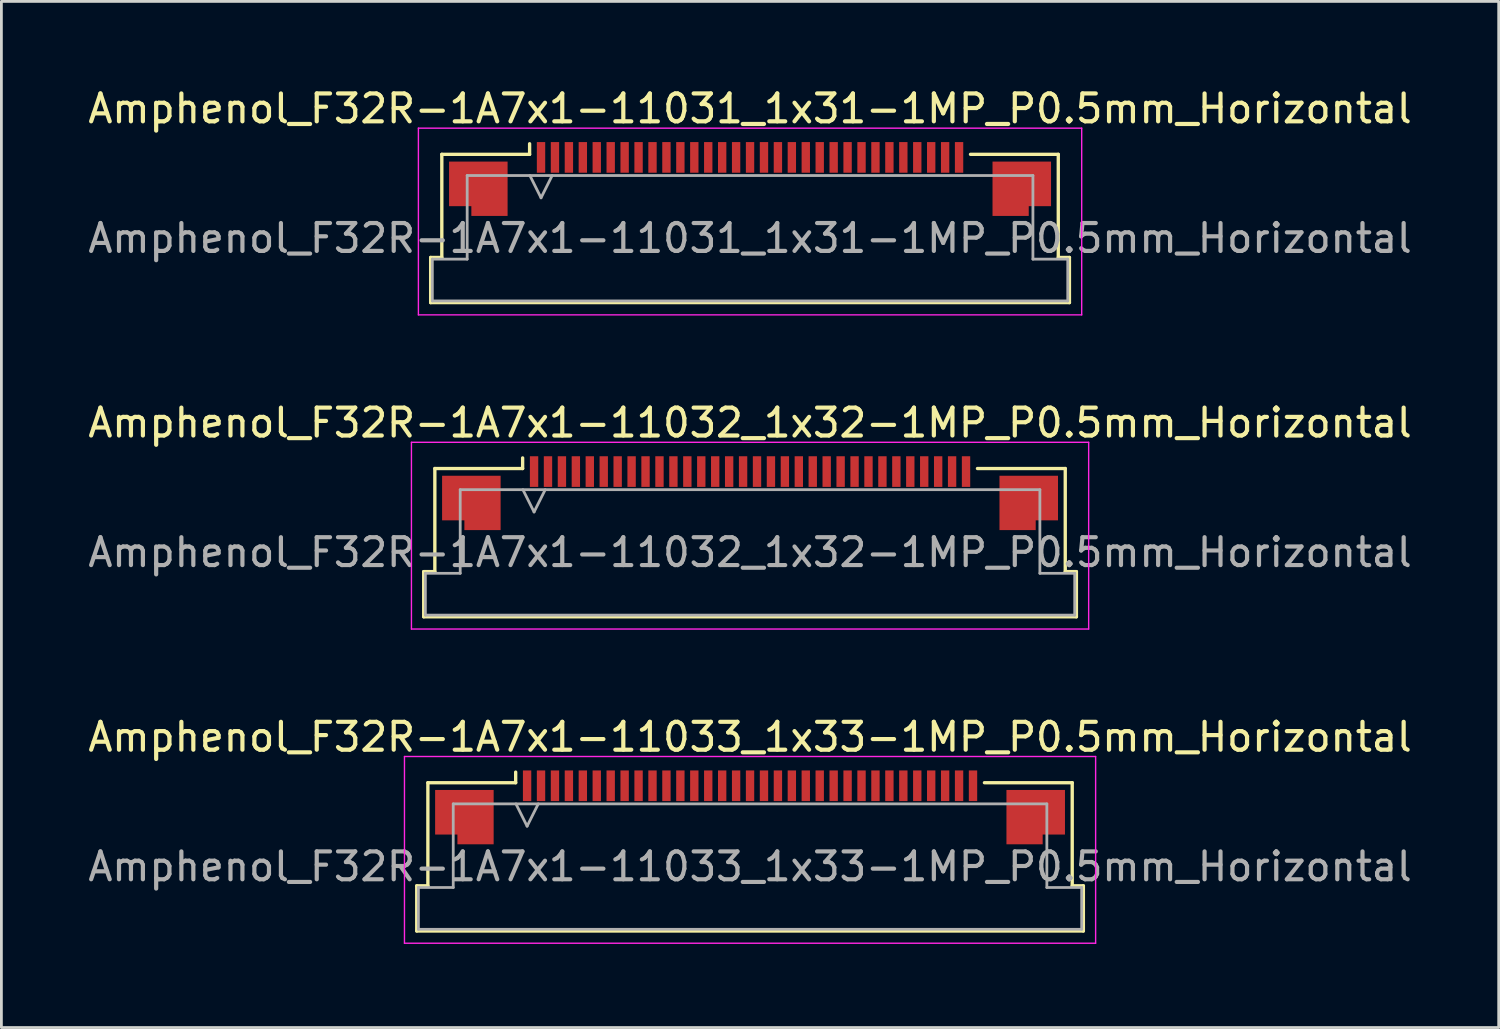
<source format=kicad_pcb>
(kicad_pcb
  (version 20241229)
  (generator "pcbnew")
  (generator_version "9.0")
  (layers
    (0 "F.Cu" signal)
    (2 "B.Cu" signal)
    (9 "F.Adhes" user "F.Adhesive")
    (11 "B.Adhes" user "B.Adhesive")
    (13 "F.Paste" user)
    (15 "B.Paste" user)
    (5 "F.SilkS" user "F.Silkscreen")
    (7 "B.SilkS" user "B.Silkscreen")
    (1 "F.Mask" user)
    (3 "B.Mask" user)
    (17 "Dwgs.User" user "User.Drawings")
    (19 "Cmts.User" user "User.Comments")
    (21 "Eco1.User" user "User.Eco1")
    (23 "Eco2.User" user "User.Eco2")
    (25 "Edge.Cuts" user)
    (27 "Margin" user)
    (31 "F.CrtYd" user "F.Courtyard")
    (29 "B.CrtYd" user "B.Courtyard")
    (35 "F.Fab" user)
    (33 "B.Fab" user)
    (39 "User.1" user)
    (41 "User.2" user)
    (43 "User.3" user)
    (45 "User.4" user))
  (footprint "Amphenol_F32R-1A7x1-11033_1x33-1MP_P0.5mm_Horizontal"
    (layer "F.Cu")
    (at 23.863 28.045)
    (property "Reference" "Amphenol_F32R-1A7x1-11033_1x33-1MP_P0.5mm_Horizontal" (at 0 -4.65 0) (layer "F.SilkS") (effects (font (size 1 1) (thickness 0.15))))
    (attr smd)
    (fp_line (start -11.96 0.69) (end -11.56 0.69) (stroke (width 0.12) (type solid)) (layer "F.SilkS"))
    (fp_line (start -11.96 2.31) (end -11.96 0.69) (stroke (width 0.12) (type solid)) (layer "F.SilkS"))
    (fp_line (start -11.56 -3.01) (end -8.41 -3.01) (stroke (width 0.12) (type solid)) (layer "F.SilkS"))
    (fp_line (start -11.56 0.69) (end -11.56 -3.01) (stroke (width 0.12) (type solid)) (layer "F.SilkS"))
    (fp_line (start -8.41 -3.01) (end -8.41 -3.39) (stroke (width 0.12) (type solid)) (layer "F.SilkS"))
    (fp_line (start 8.41 -3.01) (end 11.56 -3.01) (stroke (width 0.12) (type solid)) (layer "F.SilkS"))
    (fp_line (start 11.56 -3.01) (end 11.56 0.69) (stroke (width 0.12) (type solid)) (layer "F.SilkS"))
    (fp_line (start 11.56 0.69) (end 11.96 0.69) (stroke (width 0.12) (type solid)) (layer "F.SilkS"))
    (fp_line (start 11.96 0.69) (end 11.96 2.31) (stroke (width 0.12) (type solid)) (layer "F.SilkS"))
    (fp_line (start 11.96 2.31) (end -11.96 2.31) (stroke (width 0.12) (type solid)) (layer "F.SilkS"))
    (fp_line (start -12.4 -3.95) (end -12.4 2.75) (stroke (width 0.05) (type solid)) (layer "F.CrtYd"))
    (fp_line (start -12.4 2.75) (end 12.4 2.75) (stroke (width 0.05) (type solid)) (layer "F.CrtYd"))
    (fp_line (start 12.4 -3.95) (end -12.4 -3.95) (stroke (width 0.05) (type solid)) (layer "F.CrtYd"))
    (fp_line (start 12.4 2.75) (end 12.4 -3.95) (stroke (width 0.05) (type solid)) (layer "F.CrtYd"))
    (fp_line (start -11.9 0.75) (end -10.65 0.75) (stroke (width 0.1) (type solid)) (layer "F.Fab"))
    (fp_line (start -11.9 2.25) (end -11.9 0.75) (stroke (width 0.1) (type solid)) (layer "F.Fab"))
    (fp_line (start -10.65 -2.25) (end 10.65 -2.25) (stroke (width 0.1) (type solid)) (layer "F.Fab"))
    (fp_line (start -10.65 0.75) (end -10.65 -2.25) (stroke (width 0.1) (type solid)) (layer "F.Fab"))
    (fp_line (start -8.4 -2.25) (end -8 -1.45) (stroke (width 0.1) (type solid)) (layer "F.Fab"))
    (fp_line (start -8 -1.45) (end -7.6 -2.25) (stroke (width 0.1) (type solid)) (layer "F.Fab"))
    (fp_line (start 10.65 -2.25) (end 10.65 0.75) (stroke (width 0.1) (type solid)) (layer "F.Fab"))
    (fp_line (start 10.65 0.75) (end 11.9 0.75) (stroke (width 0.1) (type solid)) (layer "F.Fab"))
    (fp_line (start 11.9 0.75) (end 11.9 2.25) (stroke (width 0.1) (type solid)) (layer "F.Fab"))
    (fp_line (start 11.9 2.25) (end -11.9 2.25) (stroke (width 0.1) (type solid)) (layer "F.Fab"))
    (fp_text user "${REFERENCE}" (at 0 0 0) (layer "F.Fab") (effects (font (size 1 1) (thickness 0.15))))
    (pad "1" smd rect (at -8 -2.9) (size 0.3 1.1) (layers "F.Cu" "F.Mask" "F.Paste"))
    (pad "2" smd rect (at -7.5 -2.9) (size 0.3 1.1) (layers "F.Cu" "F.Mask" "F.Paste"))
    (pad "3" smd rect (at -7 -2.9) (size 0.3 1.1) (layers "F.Cu" "F.Mask" "F.Paste"))
    (pad "4" smd rect (at -6.5 -2.9) (size 0.3 1.1) (layers "F.Cu" "F.Mask" "F.Paste"))
    (pad "5" smd rect (at -6 -2.9) (size 0.3 1.1) (layers "F.Cu" "F.Mask" "F.Paste"))
    (pad "6" smd rect (at -5.5 -2.9) (size 0.3 1.1) (layers "F.Cu" "F.Mask" "F.Paste"))
    (pad "7" smd rect (at -5 -2.9) (size 0.3 1.1) (layers "F.Cu" "F.Mask" "F.Paste"))
    (pad "8" smd rect (at -4.5 -2.9) (size 0.3 1.1) (layers "F.Cu" "F.Mask" "F.Paste"))
    (pad "9" smd rect (at -4 -2.9) (size 0.3 1.1) (layers "F.Cu" "F.Mask" "F.Paste"))
    (pad "10" smd rect (at -3.5 -2.9) (size 0.3 1.1) (layers "F.Cu" "F.Mask" "F.Paste"))
    (pad "11" smd rect (at -3 -2.9) (size 0.3 1.1) (layers "F.Cu" "F.Mask" "F.Paste"))
    (pad "12" smd rect (at -2.5 -2.9) (size 0.3 1.1) (layers "F.Cu" "F.Mask" "F.Paste"))
    (pad "13" smd rect (at -2 -2.9) (size 0.3 1.1) (layers "F.Cu" "F.Mask" "F.Paste"))
    (pad "14" smd rect (at -1.5 -2.9) (size 0.3 1.1) (layers "F.Cu" "F.Mask" "F.Paste"))
    (pad "15" smd rect (at -1 -2.9) (size 0.3 1.1) (layers "F.Cu" "F.Mask" "F.Paste"))
    (pad "16" smd rect (at -0.5 -2.9) (size 0.3 1.1) (layers "F.Cu" "F.Mask" "F.Paste"))
    (pad "17" smd rect (at 0 -2.9) (size 0.3 1.1) (layers "F.Cu" "F.Mask" "F.Paste"))
    (pad "18" smd rect (at 0.5 -2.9) (size 0.3 1.1) (layers "F.Cu" "F.Mask" "F.Paste"))
    (pad "19" smd rect (at 1 -2.9) (size 0.3 1.1) (layers "F.Cu" "F.Mask" "F.Paste"))
    (pad "20" smd rect (at 1.5 -2.9) (size 0.3 1.1) (layers "F.Cu" "F.Mask" "F.Paste"))
    (pad "21" smd rect (at 2 -2.9) (size 0.3 1.1) (layers "F.Cu" "F.Mask" "F.Paste"))
    (pad "22" smd rect (at 2.5 -2.9) (size 0.3 1.1) (layers "F.Cu" "F.Mask" "F.Paste"))
    (pad "23" smd rect (at 3 -2.9) (size 0.3 1.1) (layers "F.Cu" "F.Mask" "F.Paste"))
    (pad "24" smd rect (at 3.5 -2.9) (size 0.3 1.1) (layers "F.Cu" "F.Mask" "F.Paste"))
    (pad "25" smd rect (at 4 -2.9) (size 0.3 1.1) (layers "F.Cu" "F.Mask" "F.Paste"))
    (pad "26" smd rect (at 4.5 -2.9) (size 0.3 1.1) (layers "F.Cu" "F.Mask" "F.Paste"))
    (pad "27" smd rect (at 5 -2.9) (size 0.3 1.1) (layers "F.Cu" "F.Mask" "F.Paste"))
    (pad "28" smd rect (at 5.5 -2.9) (size 0.3 1.1) (layers "F.Cu" "F.Mask" "F.Paste"))
    (pad "29" smd rect (at 6 -2.9) (size 0.3 1.1) (layers "F.Cu" "F.Mask" "F.Paste"))
    (pad "30" smd rect (at 6.5 -2.9) (size 0.3 1.1) (layers "F.Cu" "F.Mask" "F.Paste"))
    (pad "31" smd rect (at 7 -2.9) (size 0.3 1.1) (layers "F.Cu" "F.Mask" "F.Paste"))
    (pad "32" smd rect (at 7.5 -2.9) (size 0.3 1.1) (layers "F.Cu" "F.Mask" "F.Paste"))
    (pad "33" smd rect (at 8 -2.9) (size 0.3 1.1) (layers "F.Cu" "F.Mask" "F.Paste"))
    (pad "MP" smd custom (at -10.25 -1.775) (size 1 1) (layers "F.Cu" "F.Mask" "F.Paste") (options (anchor circle)) (primitives (gr_poly (pts (xy 1.05 -0.975) (xy 1.05 0.975) (xy -0.25 0.975) (xy -0.25 0.625) (xy -1.05 0.625) (xy -1.05 -0.975) (xy 1.05 -0.975)) (width 0) (fill yes))))
    (pad "MP" smd custom (at 10.25 -1.775) (size 1 1) (layers "F.Cu" "F.Mask" "F.Paste") (options (anchor circle)) (primitives (gr_poly (pts (xy -1.05 -0.975) (xy -1.05 0.975) (xy 0.25 0.975) (xy 0.25 0.625) (xy 1.05 0.625) (xy 1.05 -0.975) (xy -1.05 -0.975)) (width 0) (fill yes)))))
  (footprint "Amphenol_F32R-1A7x1-11032_1x32-1MP_P0.5mm_Horizontal"
    (layer "F.Cu")
    (at 23.863 16.771)
    (property "Reference" "Amphenol_F32R-1A7x1-11032_1x32-1MP_P0.5mm_Horizontal" (at 0 -4.65 0) (layer "F.SilkS") (effects (font (size 1 1) (thickness 0.15))))
    (attr smd)
    (fp_line (start -11.71 0.69) (end -11.31 0.69) (stroke (width 0.12) (type solid)) (layer "F.SilkS"))
    (fp_line (start -11.71 2.31) (end -11.71 0.69) (stroke (width 0.12) (type solid)) (layer "F.SilkS"))
    (fp_line (start -11.31 -3.01) (end -8.16 -3.01) (stroke (width 0.12) (type solid)) (layer "F.SilkS"))
    (fp_line (start -11.31 0.69) (end -11.31 -3.01) (stroke (width 0.12) (type solid)) (layer "F.SilkS"))
    (fp_line (start -8.16 -3.01) (end -8.16 -3.39) (stroke (width 0.12) (type solid)) (layer "F.SilkS"))
    (fp_line (start 8.16 -3.01) (end 11.31 -3.01) (stroke (width 0.12) (type solid)) (layer "F.SilkS"))
    (fp_line (start 11.31 -3.01) (end 11.31 0.69) (stroke (width 0.12) (type solid)) (layer "F.SilkS"))
    (fp_line (start 11.31 0.69) (end 11.71 0.69) (stroke (width 0.12) (type solid)) (layer "F.SilkS"))
    (fp_line (start 11.71 0.69) (end 11.71 2.31) (stroke (width 0.12) (type solid)) (layer "F.SilkS"))
    (fp_line (start 11.71 2.31) (end -11.71 2.31) (stroke (width 0.12) (type solid)) (layer "F.SilkS"))
    (fp_line (start -12.15 -3.95) (end -12.15 2.75) (stroke (width 0.05) (type solid)) (layer "F.CrtYd"))
    (fp_line (start -12.15 2.75) (end 12.15 2.75) (stroke (width 0.05) (type solid)) (layer "F.CrtYd"))
    (fp_line (start 12.15 -3.95) (end -12.15 -3.95) (stroke (width 0.05) (type solid)) (layer "F.CrtYd"))
    (fp_line (start 12.15 2.75) (end 12.15 -3.95) (stroke (width 0.05) (type solid)) (layer "F.CrtYd"))
    (fp_line (start -11.65 0.75) (end -10.4 0.75) (stroke (width 0.1) (type solid)) (layer "F.Fab"))
    (fp_line (start -11.65 2.25) (end -11.65 0.75) (stroke (width 0.1) (type solid)) (layer "F.Fab"))
    (fp_line (start -10.4 -2.25) (end 10.4 -2.25) (stroke (width 0.1) (type solid)) (layer "F.Fab"))
    (fp_line (start -10.4 0.75) (end -10.4 -2.25) (stroke (width 0.1) (type solid)) (layer "F.Fab"))
    (fp_line (start -8.15 -2.25) (end -7.75 -1.45) (stroke (width 0.1) (type solid)) (layer "F.Fab"))
    (fp_line (start -7.75 -1.45) (end -7.35 -2.25) (stroke (width 0.1) (type solid)) (layer "F.Fab"))
    (fp_line (start 10.4 -2.25) (end 10.4 0.75) (stroke (width 0.1) (type solid)) (layer "F.Fab"))
    (fp_line (start 10.4 0.75) (end 11.65 0.75) (stroke (width 0.1) (type solid)) (layer "F.Fab"))
    (fp_line (start 11.65 0.75) (end 11.65 2.25) (stroke (width 0.1) (type solid)) (layer "F.Fab"))
    (fp_line (start 11.65 2.25) (end -11.65 2.25) (stroke (width 0.1) (type solid)) (layer "F.Fab"))
    (fp_text user "${REFERENCE}" (at 0 0 0) (layer "F.Fab") (effects (font (size 1 1) (thickness 0.15))))
    (pad "1" smd rect (at -7.75 -2.9) (size 0.3 1.1) (layers "F.Cu" "F.Mask" "F.Paste"))
    (pad "2" smd rect (at -7.25 -2.9) (size 0.3 1.1) (layers "F.Cu" "F.Mask" "F.Paste"))
    (pad "3" smd rect (at -6.75 -2.9) (size 0.3 1.1) (layers "F.Cu" "F.Mask" "F.Paste"))
    (pad "4" smd rect (at -6.25 -2.9) (size 0.3 1.1) (layers "F.Cu" "F.Mask" "F.Paste"))
    (pad "5" smd rect (at -5.75 -2.9) (size 0.3 1.1) (layers "F.Cu" "F.Mask" "F.Paste"))
    (pad "6" smd rect (at -5.25 -2.9) (size 0.3 1.1) (layers "F.Cu" "F.Mask" "F.Paste"))
    (pad "7" smd rect (at -4.75 -2.9) (size 0.3 1.1) (layers "F.Cu" "F.Mask" "F.Paste"))
    (pad "8" smd rect (at -4.25 -2.9) (size 0.3 1.1) (layers "F.Cu" "F.Mask" "F.Paste"))
    (pad "9" smd rect (at -3.75 -2.9) (size 0.3 1.1) (layers "F.Cu" "F.Mask" "F.Paste"))
    (pad "10" smd rect (at -3.25 -2.9) (size 0.3 1.1) (layers "F.Cu" "F.Mask" "F.Paste"))
    (pad "11" smd rect (at -2.75 -2.9) (size 0.3 1.1) (layers "F.Cu" "F.Mask" "F.Paste"))
    (pad "12" smd rect (at -2.25 -2.9) (size 0.3 1.1) (layers "F.Cu" "F.Mask" "F.Paste"))
    (pad "13" smd rect (at -1.75 -2.9) (size 0.3 1.1) (layers "F.Cu" "F.Mask" "F.Paste"))
    (pad "14" smd rect (at -1.25 -2.9) (size 0.3 1.1) (layers "F.Cu" "F.Mask" "F.Paste"))
    (pad "15" smd rect (at -0.75 -2.9) (size 0.3 1.1) (layers "F.Cu" "F.Mask" "F.Paste"))
    (pad "16" smd rect (at -0.25 -2.9) (size 0.3 1.1) (layers "F.Cu" "F.Mask" "F.Paste"))
    (pad "17" smd rect (at 0.25 -2.9) (size 0.3 1.1) (layers "F.Cu" "F.Mask" "F.Paste"))
    (pad "18" smd rect (at 0.75 -2.9) (size 0.3 1.1) (layers "F.Cu" "F.Mask" "F.Paste"))
    (pad "19" smd rect (at 1.25 -2.9) (size 0.3 1.1) (layers "F.Cu" "F.Mask" "F.Paste"))
    (pad "20" smd rect (at 1.75 -2.9) (size 0.3 1.1) (layers "F.Cu" "F.Mask" "F.Paste"))
    (pad "21" smd rect (at 2.25 -2.9) (size 0.3 1.1) (layers "F.Cu" "F.Mask" "F.Paste"))
    (pad "22" smd rect (at 2.75 -2.9) (size 0.3 1.1) (layers "F.Cu" "F.Mask" "F.Paste"))
    (pad "23" smd rect (at 3.25 -2.9) (size 0.3 1.1) (layers "F.Cu" "F.Mask" "F.Paste"))
    (pad "24" smd rect (at 3.75 -2.9) (size 0.3 1.1) (layers "F.Cu" "F.Mask" "F.Paste"))
    (pad "25" smd rect (at 4.25 -2.9) (size 0.3 1.1) (layers "F.Cu" "F.Mask" "F.Paste"))
    (pad "26" smd rect (at 4.75 -2.9) (size 0.3 1.1) (layers "F.Cu" "F.Mask" "F.Paste"))
    (pad "27" smd rect (at 5.25 -2.9) (size 0.3 1.1) (layers "F.Cu" "F.Mask" "F.Paste"))
    (pad "28" smd rect (at 5.75 -2.9) (size 0.3 1.1) (layers "F.Cu" "F.Mask" "F.Paste"))
    (pad "29" smd rect (at 6.25 -2.9) (size 0.3 1.1) (layers "F.Cu" "F.Mask" "F.Paste"))
    (pad "30" smd rect (at 6.75 -2.9) (size 0.3 1.1) (layers "F.Cu" "F.Mask" "F.Paste"))
    (pad "31" smd rect (at 7.25 -2.9) (size 0.3 1.1) (layers "F.Cu" "F.Mask" "F.Paste"))
    (pad "32" smd rect (at 7.75 -2.9) (size 0.3 1.1) (layers "F.Cu" "F.Mask" "F.Paste"))
    (pad "MP" smd custom (at -10 -1.775) (size 1 1) (layers "F.Cu" "F.Mask" "F.Paste") (options (anchor circle)) (primitives (gr_poly (pts (xy 1.05 -0.975) (xy 1.05 0.975) (xy -0.25 0.975) (xy -0.25 0.625) (xy -1.05 0.625) (xy -1.05 -0.975) (xy 1.05 -0.975)) (width 0) (fill yes))))
    (pad "MP" smd custom (at 10 -1.775) (size 1 1) (layers "F.Cu" "F.Mask" "F.Paste") (options (anchor circle)) (primitives (gr_poly (pts (xy -1.05 -0.975) (xy -1.05 0.975) (xy 0.25 0.975) (xy 0.25 0.625) (xy 1.05 0.625) (xy 1.05 -0.975) (xy -1.05 -0.975)) (width 0) (fill yes)))))
  (footprint "Amphenol_F32R-1A7x1-11031_1x31-1MP_P0.5mm_Horizontal"
    (layer "F.Cu")
    (at 23.863 5.498)
    (property "Reference" "Amphenol_F32R-1A7x1-11031_1x31-1MP_P0.5mm_Horizontal" (at 0 -4.65 0) (layer "F.SilkS") (effects (font (size 1 1) (thickness 0.15))))
    (attr smd)
    (fp_line (start -11.46 0.69) (end -11.06 0.69) (stroke (width 0.12) (type solid)) (layer "F.SilkS"))
    (fp_line (start -11.46 2.31) (end -11.46 0.69) (stroke (width 0.12) (type solid)) (layer "F.SilkS"))
    (fp_line (start -11.06 -3.01) (end -7.91 -3.01) (stroke (width 0.12) (type solid)) (layer "F.SilkS"))
    (fp_line (start -11.06 0.69) (end -11.06 -3.01) (stroke (width 0.12) (type solid)) (layer "F.SilkS"))
    (fp_line (start -7.91 -3.01) (end -7.91 -3.39) (stroke (width 0.12) (type solid)) (layer "F.SilkS"))
    (fp_line (start 7.91 -3.01) (end 11.06 -3.01) (stroke (width 0.12) (type solid)) (layer "F.SilkS"))
    (fp_line (start 11.06 -3.01) (end 11.06 0.69) (stroke (width 0.12) (type solid)) (layer "F.SilkS"))
    (fp_line (start 11.06 0.69) (end 11.46 0.69) (stroke (width 0.12) (type solid)) (layer "F.SilkS"))
    (fp_line (start 11.46 0.69) (end 11.46 2.31) (stroke (width 0.12) (type solid)) (layer "F.SilkS"))
    (fp_line (start 11.46 2.31) (end -11.46 2.31) (stroke (width 0.12) (type solid)) (layer "F.SilkS"))
    (fp_line (start -11.9 -3.95) (end -11.9 2.75) (stroke (width 0.05) (type solid)) (layer "F.CrtYd"))
    (fp_line (start -11.9 2.75) (end 11.9 2.75) (stroke (width 0.05) (type solid)) (layer "F.CrtYd"))
    (fp_line (start 11.9 -3.95) (end -11.9 -3.95) (stroke (width 0.05) (type solid)) (layer "F.CrtYd"))
    (fp_line (start 11.9 2.75) (end 11.9 -3.95) (stroke (width 0.05) (type solid)) (layer "F.CrtYd"))
    (fp_line (start -11.4 0.75) (end -10.15 0.75) (stroke (width 0.1) (type solid)) (layer "F.Fab"))
    (fp_line (start -11.4 2.25) (end -11.4 0.75) (stroke (width 0.1) (type solid)) (layer "F.Fab"))
    (fp_line (start -10.15 -2.25) (end 10.15 -2.25) (stroke (width 0.1) (type solid)) (layer "F.Fab"))
    (fp_line (start -10.15 0.75) (end -10.15 -2.25) (stroke (width 0.1) (type solid)) (layer "F.Fab"))
    (fp_line (start -7.9 -2.25) (end -7.5 -1.45) (stroke (width 0.1) (type solid)) (layer "F.Fab"))
    (fp_line (start -7.5 -1.45) (end -7.1 -2.25) (stroke (width 0.1) (type solid)) (layer "F.Fab"))
    (fp_line (start 10.15 -2.25) (end 10.15 0.75) (stroke (width 0.1) (type solid)) (layer "F.Fab"))
    (fp_line (start 10.15 0.75) (end 11.4 0.75) (stroke (width 0.1) (type solid)) (layer "F.Fab"))
    (fp_line (start 11.4 0.75) (end 11.4 2.25) (stroke (width 0.1) (type solid)) (layer "F.Fab"))
    (fp_line (start 11.4 2.25) (end -11.4 2.25) (stroke (width 0.1) (type solid)) (layer "F.Fab"))
    (fp_text user "${REFERENCE}" (at 0 0 0) (layer "F.Fab") (effects (font (size 1 1) (thickness 0.15))))
    (pad "1" smd rect (at -7.5 -2.9) (size 0.3 1.1) (layers "F.Cu" "F.Mask" "F.Paste"))
    (pad "2" smd rect (at -7 -2.9) (size 0.3 1.1) (layers "F.Cu" "F.Mask" "F.Paste"))
    (pad "3" smd rect (at -6.5 -2.9) (size 0.3 1.1) (layers "F.Cu" "F.Mask" "F.Paste"))
    (pad "4" smd rect (at -6 -2.9) (size 0.3 1.1) (layers "F.Cu" "F.Mask" "F.Paste"))
    (pad "5" smd rect (at -5.5 -2.9) (size 0.3 1.1) (layers "F.Cu" "F.Mask" "F.Paste"))
    (pad "6" smd rect (at -5 -2.9) (size 0.3 1.1) (layers "F.Cu" "F.Mask" "F.Paste"))
    (pad "7" smd rect (at -4.5 -2.9) (size 0.3 1.1) (layers "F.Cu" "F.Mask" "F.Paste"))
    (pad "8" smd rect (at -4 -2.9) (size 0.3 1.1) (layers "F.Cu" "F.Mask" "F.Paste"))
    (pad "9" smd rect (at -3.5 -2.9) (size 0.3 1.1) (layers "F.Cu" "F.Mask" "F.Paste"))
    (pad "10" smd rect (at -3 -2.9) (size 0.3 1.1) (layers "F.Cu" "F.Mask" "F.Paste"))
    (pad "11" smd rect (at -2.5 -2.9) (size 0.3 1.1) (layers "F.Cu" "F.Mask" "F.Paste"))
    (pad "12" smd rect (at -2 -2.9) (size 0.3 1.1) (layers "F.Cu" "F.Mask" "F.Paste"))
    (pad "13" smd rect (at -1.5 -2.9) (size 0.3 1.1) (layers "F.Cu" "F.Mask" "F.Paste"))
    (pad "14" smd rect (at -1 -2.9) (size 0.3 1.1) (layers "F.Cu" "F.Mask" "F.Paste"))
    (pad "15" smd rect (at -0.5 -2.9) (size 0.3 1.1) (layers "F.Cu" "F.Mask" "F.Paste"))
    (pad "16" smd rect (at 0 -2.9) (size 0.3 1.1) (layers "F.Cu" "F.Mask" "F.Paste"))
    (pad "17" smd rect (at 0.5 -2.9) (size 0.3 1.1) (layers "F.Cu" "F.Mask" "F.Paste"))
    (pad "18" smd rect (at 1 -2.9) (size 0.3 1.1) (layers "F.Cu" "F.Mask" "F.Paste"))
    (pad "19" smd rect (at 1.5 -2.9) (size 0.3 1.1) (layers "F.Cu" "F.Mask" "F.Paste"))
    (pad "20" smd rect (at 2 -2.9) (size 0.3 1.1) (layers "F.Cu" "F.Mask" "F.Paste"))
    (pad "21" smd rect (at 2.5 -2.9) (size 0.3 1.1) (layers "F.Cu" "F.Mask" "F.Paste"))
    (pad "22" smd rect (at 3 -2.9) (size 0.3 1.1) (layers "F.Cu" "F.Mask" "F.Paste"))
    (pad "23" smd rect (at 3.5 -2.9) (size 0.3 1.1) (layers "F.Cu" "F.Mask" "F.Paste"))
    (pad "24" smd rect (at 4 -2.9) (size 0.3 1.1) (layers "F.Cu" "F.Mask" "F.Paste"))
    (pad "25" smd rect (at 4.5 -2.9) (size 0.3 1.1) (layers "F.Cu" "F.Mask" "F.Paste"))
    (pad "26" smd rect (at 5 -2.9) (size 0.3 1.1) (layers "F.Cu" "F.Mask" "F.Paste"))
    (pad "27" smd rect (at 5.5 -2.9) (size 0.3 1.1) (layers "F.Cu" "F.Mask" "F.Paste"))
    (pad "28" smd rect (at 6 -2.9) (size 0.3 1.1) (layers "F.Cu" "F.Mask" "F.Paste"))
    (pad "29" smd rect (at 6.5 -2.9) (size 0.3 1.1) (layers "F.Cu" "F.Mask" "F.Paste"))
    (pad "30" smd rect (at 7 -2.9) (size 0.3 1.1) (layers "F.Cu" "F.Mask" "F.Paste"))
    (pad "31" smd rect (at 7.5 -2.9) (size 0.3 1.1) (layers "F.Cu" "F.Mask" "F.Paste"))
    (pad "MP" smd custom (at -9.75 -1.775) (size 1 1) (layers "F.Cu" "F.Mask" "F.Paste") (options (anchor circle)) (primitives (gr_poly (pts (xy 1.05 -0.975) (xy 1.05 0.975) (xy -0.25 0.975) (xy -0.25 0.625) (xy -1.05 0.625) (xy -1.05 -0.975) (xy 1.05 -0.975)) (width 0) (fill yes))))
    (pad "MP" smd custom (at 9.75 -1.775) (size 1 1) (layers "F.Cu" "F.Mask" "F.Paste") (options (anchor circle)) (primitives (gr_poly (pts (xy -1.05 -0.975) (xy -1.05 0.975) (xy 0.25 0.975) (xy 0.25 0.625) (xy 1.05 0.625) (xy 1.05 -0.975) (xy -1.05 -0.975)) (width 0) (fill yes)))))
  (gr_rect
    (start -3 -3)
    (end 50.726 33.82)
    (stroke (width 0.1) (type default))
    (fill no)
    (layer "Edge.Cuts")))
</source>
